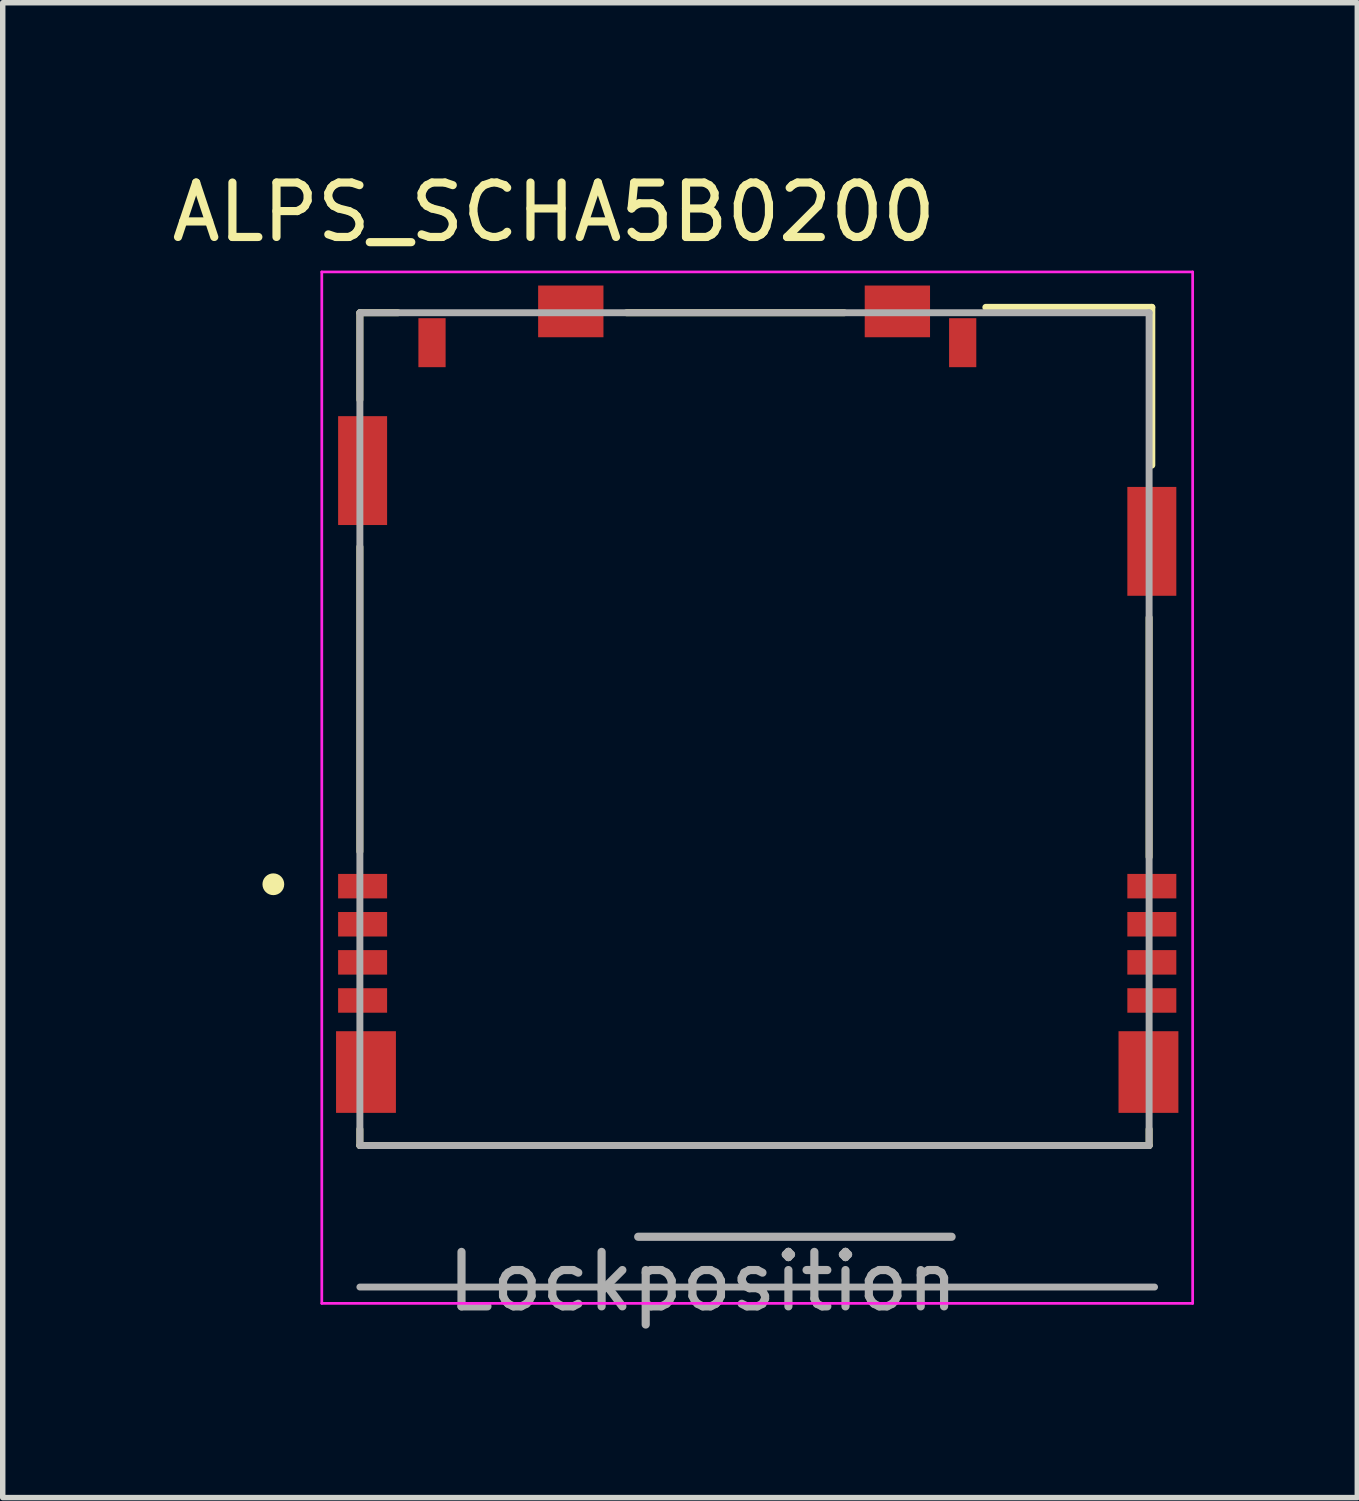
<source format=kicad_pcb>
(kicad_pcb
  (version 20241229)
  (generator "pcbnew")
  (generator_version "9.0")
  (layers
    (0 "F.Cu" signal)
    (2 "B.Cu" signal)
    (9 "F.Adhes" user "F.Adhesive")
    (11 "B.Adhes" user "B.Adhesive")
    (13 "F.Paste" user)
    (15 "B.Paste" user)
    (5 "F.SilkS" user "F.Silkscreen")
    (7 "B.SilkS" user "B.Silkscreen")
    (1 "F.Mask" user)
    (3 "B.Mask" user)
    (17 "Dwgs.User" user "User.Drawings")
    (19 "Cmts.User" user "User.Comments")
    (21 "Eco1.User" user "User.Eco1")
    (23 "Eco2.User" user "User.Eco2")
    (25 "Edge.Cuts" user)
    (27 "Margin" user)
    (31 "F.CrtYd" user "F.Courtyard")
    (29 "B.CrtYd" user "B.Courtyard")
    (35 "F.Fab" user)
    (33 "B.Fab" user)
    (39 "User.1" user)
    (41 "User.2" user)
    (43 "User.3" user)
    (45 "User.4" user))
  (footprint "ALPS_SCHA5B0200"
    (layer "F.Cu")
    (at 10.862 10.496)
    (property "Reference" "ALPS_SCHA5B0200" (at -3.737 -9.647 0) (layer "F.SilkS") (effects (font (size 1 1) (thickness 0.15))))
    (attr through_hole)
    (fp_line (start -7.3 -7.8) (end -7.3 -6.2) (stroke (width 0.127) (type solid)) (layer "F.SilkS"))
    (fp_line (start -7.3 -3.5) (end -7.3 2.1) (stroke (width 0.127) (type solid)) (layer "F.SilkS"))
    (fp_line (start -7.3 7.5) (end -7.3 7.2) (stroke (width 0.127) (type solid)) (layer "F.SilkS"))
    (fp_line (start -7.3 7.5) (end 7.2 7.5) (stroke (width 0.127) (type solid)) (layer "F.SilkS"))
    (fp_line (start -6.6 -7.8) (end -7.3 -7.8) (stroke (width 0.127) (type solid)) (layer "F.SilkS"))
    (fp_line (start -2.4 -7.8) (end 1.6 -7.8) (stroke (width 0.127) (type solid)) (layer "F.SilkS"))
    (fp_line (start 4.2 -7.9) (end 7.25 -7.9) (stroke (width 0.127) (type solid)) (layer "F.SilkS"))
    (fp_line (start 7.2 -2.2) (end 7.2 2.2) (stroke (width 0.127) (type solid)) (layer "F.SilkS"))
    (fp_line (start 7.2 7.5) (end 7.2 7.2) (stroke (width 0.127) (type solid)) (layer "F.SilkS"))
    (fp_line (start 7.25 -5) (end 7.25 -7.9) (stroke (width 0.127) (type solid)) (layer "F.SilkS"))
    (fp_circle (center -8.89 2.7) (end -8.79 2.7) (stroke (width 0.2) (type solid)) (fill no) (layer "F.SilkS"))
    (fp_line (start -8 -8.55) (end -8 10.4) (stroke (width 0.05) (type solid)) (layer "F.CrtYd"))
    (fp_line (start -8 -8.55) (end 8 -8.55) (stroke (width 0.05) (type solid)) (layer "F.CrtYd"))
    (fp_line (start -8 10.4) (end 8 10.4) (stroke (width 0.05) (type solid)) (layer "F.CrtYd"))
    (fp_line (start 8 -8.55) (end 8 10.4) (stroke (width 0.05) (type solid)) (layer "F.CrtYd"))
    (fp_line (start -7.3 -7.8) (end 7.2 -7.8) (stroke (width 0.127) (type solid)) (layer "F.Fab"))
    (fp_line (start -7.3 7.5) (end -7.3 -7.8) (stroke (width 0.127) (type solid)) (layer "F.Fab"))
    (fp_line (start -7.3 10.1) (end 7.3 10.1) (stroke (width 0.127) (type solid)) (layer "F.Fab"))
    (fp_line (start 7.2 -7.8) (end 7.2 7.5) (stroke (width 0.127) (type solid)) (layer "F.Fab"))
    (fp_line (start 7.2 7.5) (end -7.3 7.5) (stroke (width 0.127) (type solid)) (layer "F.Fab"))
    (fp_line (start -8 7.5) (end -5.44 7.5) (stroke (width 0.01) (type solid)) (layer "User.1"))
    (fp_line (start -5.44 7.5) (end -4.84 6.9) (stroke (width 0.01) (type solid)) (layer "User.1"))
    (fp_line (start -4.84 6.9) (end 5.76 6.9) (stroke (width 0.01) (type solid)) (layer "User.1"))
    (fp_line (start 5.76 6.9) (end 6.36 7.5) (stroke (width 0.01) (type solid)) (layer "User.1"))
    (fp_line (start 6.36 7.5) (end 8 7.5) (stroke (width 0.01) (type solid)) (layer "User.1"))
    (fp_text user "Lock~{position}" (at -1 10 0) (layer "F.Fab") (effects (font (size 1.001 1.001) (thickness 0.15))))
    (pad "1" smd rect (at -7.25 2.735) (size 0.9 0.45) (layers "F.Cu" "F.Mask" "F.Paste"))
    (pad "2" smd rect (at -7.25 3.435) (size 0.9 0.45) (layers "F.Cu" "F.Mask" "F.Paste"))
    (pad "3" smd rect (at -7.25 4.135) (size 0.9 0.45) (layers "F.Cu" "F.Mask" "F.Paste"))
    (pad "4" smd rect (at -7.25 4.835) (size 0.9 0.45) (layers "F.Cu" "F.Mask" "F.Paste"))
    (pad "5" smd rect (at 7.25 4.835) (size 0.9 0.45) (layers "F.Cu" "F.Mask" "F.Paste"))
    (pad "6" smd rect (at 7.25 4.135) (size 0.9 0.45) (layers "F.Cu" "F.Mask" "F.Paste"))
    (pad "7" smd rect (at 7.25 3.435) (size 0.9 0.45) (layers "F.Cu" "F.Mask" "F.Paste"))
    (pad "8" smd rect (at 7.25 2.735) (size 0.9 0.45) (layers "F.Cu" "F.Mask" "F.Paste"))
    (pad "CMN" smd rect (at 3.775 -7.25) (size 0.5 0.9) (layers "F.Cu" "F.Mask" "F.Paste"))
    (pad "DT" smd rect (at -5.975 -7.25) (size 0.5 0.9) (layers "F.Cu" "F.Mask" "F.Paste"))
    (pad "S1" smd rect (at -7.188 6.15) (size 1.1 1.5) (layers "F.Cu" "F.Mask" "F.Paste"))
    (pad "S2" smd rect (at 7.188 6.15) (size 1.1 1.5) (layers "F.Cu" "F.Mask" "F.Paste"))
    (pad "S3" smd rect (at -7.25 -4.9) (size 0.9 2) (layers "F.Cu" "F.Mask" "F.Paste"))
    (pad "S4" smd rect (at 7.25 -3.6) (size 0.9 2) (layers "F.Cu" "F.Mask" "F.Paste"))
    (pad "S5" smd rect (at 2.575 -7.825) (size 1.2 0.95) (layers "F.Cu" "F.Mask" "F.Paste"))
    (pad "S6" smd rect (at -3.425 -7.825) (size 1.2 0.95) (layers "F.Cu" "F.Mask" "F.Paste"))
    (zone (net_name "") (layer "F.Cu") (hatch full 0.508) (connect_pads) (min_thickness 0.01) (filled_areas_thickness no) (keepout (tracks not_allowed) (vias not_allowed) (pads not_allowed) (copperpour not_allowed) (footprints allowed)) (placement (enabled no)) (fill) (polygon (pts (xy 3.612 2.796) (xy 4.622 2.796) (xy 4.622 4.596) (xy 3.612 4.596))))
    (zone (net_name "") (layer "F.Cu") (hatch full 0.508) (connect_pads) (min_thickness 0.01) (filled_areas_thickness no) (keepout (tracks not_allowed) (vias not_allowed) (pads not_allowed) (copperpour not_allowed) (footprints allowed)) (placement (enabled no)) (fill) (polygon (pts (xy 3.612 6.596) (xy 17.662 6.596) (xy 17.662 12.996) (xy 3.612 12.996))))
    (zone (net_name "") (layer "F.Cu") (hatch full 0.508) (connect_pads) (min_thickness 0.01) (filled_areas_thickness no) (keepout (tracks not_allowed) (vias not_allowed) (pads not_allowed) (copperpour not_allowed) (footprints allowed)) (placement (enabled no)) (fill) (polygon (pts (xy 3.612 17.496) (xy 4.462 17.496) (xy 4.462 17.996) (xy 3.612 17.996))))
    (zone (net_name "") (layer "F.Cu") (hatch full 0.508) (connect_pads) (min_thickness 0.01) (filled_areas_thickness no) (keepout (tracks not_allowed) (vias not_allowed) (pads not_allowed) (copperpour not_allowed) (footprints allowed)) (placement (enabled no)) (fill) (polygon (pts (xy 4.062 3.696) (xy 17.662 3.696) (xy 17.662 6.596) (xy 4.062 6.596))))
    (zone (net_name "") (layer "F.Cu") (hatch full 0.508) (connect_pads) (min_thickness 0.01) (filled_areas_thickness no) (keepout (tracks not_allowed) (vias not_allowed) (pads not_allowed) (copperpour not_allowed) (footprints allowed)) (placement (enabled no)) (fill) (polygon (pts (xy 4.062 12.896) (xy 17.662 12.896) (xy 17.662 15.696) (xy 4.062 15.696))))
    (zone (net_name "") (layer "F.Cu") (hatch full 0.508) (connect_pads) (min_thickness 0.01) (filled_areas_thickness no) (keepout (tracks not_allowed) (vias not_allowed) (pads not_allowed) (copperpour not_allowed) (footprints allowed)) (placement (enabled no)) (fill) (polygon (pts (xy 4.262 15.696) (xy 17.462 15.696) (xy 17.462 17.996) (xy 4.262 17.996))))
    (zone (net_name "") (layer "F.Cu") (hatch full 0.508) (connect_pads) (min_thickness 0.01) (filled_areas_thickness no) (keepout (tracks not_allowed) (vias not_allowed) (pads not_allowed) (copperpour not_allowed) (footprints allowed)) (placement (enabled no)) (fill) (polygon (pts (xy 5.162 3.196) (xy 14.262 3.196) (xy 14.262 4.796) (xy 5.162 4.796))))
    (zone (net_name "") (layer "F.Cu") (hatch full 0.508) (connect_pads) (min_thickness 0.01) (filled_areas_thickness no) (keepout (tracks not_allowed) (vias not_allowed) (pads not_allowed) (copperpour not_allowed) (footprints allowed)) (placement (enabled no)) (fill) (polygon (pts (xy 14.962 2.596) (xy 18.112 2.596) (xy 18.112 5.896) (xy 14.962 5.896))))
    (zone (net_name "") (layer "F.Cu") (hatch full 0.508) (connect_pads) (min_thickness 0.01) (filled_areas_thickness no) (keepout (tracks not_allowed) (vias not_allowed) (pads not_allowed) (copperpour not_allowed) (footprints allowed)) (placement (enabled no)) (fill) (polygon (pts (xy 16.262 7.896) (xy 18.112 7.896) (xy 18.112 12.896) (xy 16.262 12.896))))
    (zone (net_name "") (layer "F.Cu") (hatch full 0.508) (connect_pads) (min_thickness 0.01) (filled_areas_thickness no) (keepout (tracks not_allowed) (vias not_allowed) (pads not_allowed) (copperpour not_allowed) (footprints allowed)) (placement (enabled no)) (fill) (polygon (pts (xy 17.462 17.496) (xy 18.112 17.496) (xy 18.112 17.996) (xy 17.462 17.996)))))
  (gr_rect
    (start -3 -3)
    (end 21.887 24.465)
    (stroke (width 0.1) (type default))
    (fill no)
    (layer "Edge.Cuts")))
</source>
